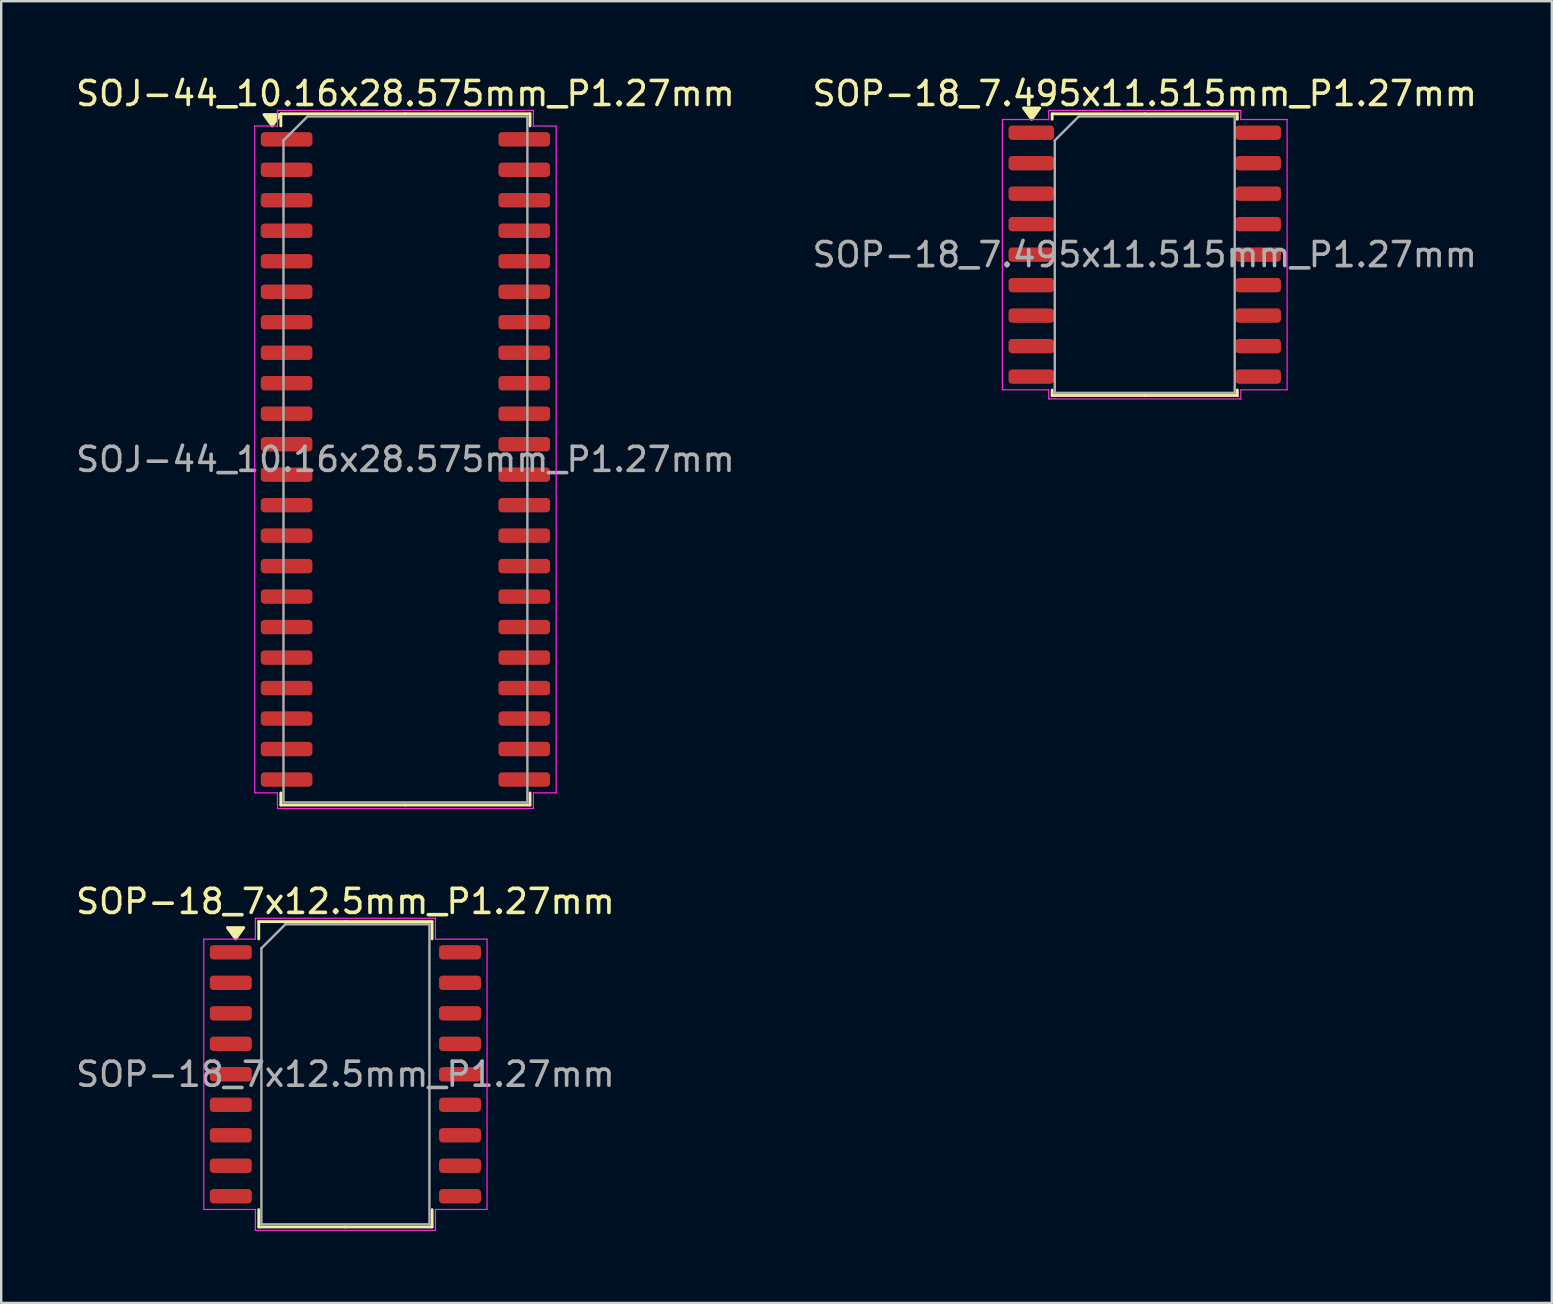
<source format=kicad_pcb>
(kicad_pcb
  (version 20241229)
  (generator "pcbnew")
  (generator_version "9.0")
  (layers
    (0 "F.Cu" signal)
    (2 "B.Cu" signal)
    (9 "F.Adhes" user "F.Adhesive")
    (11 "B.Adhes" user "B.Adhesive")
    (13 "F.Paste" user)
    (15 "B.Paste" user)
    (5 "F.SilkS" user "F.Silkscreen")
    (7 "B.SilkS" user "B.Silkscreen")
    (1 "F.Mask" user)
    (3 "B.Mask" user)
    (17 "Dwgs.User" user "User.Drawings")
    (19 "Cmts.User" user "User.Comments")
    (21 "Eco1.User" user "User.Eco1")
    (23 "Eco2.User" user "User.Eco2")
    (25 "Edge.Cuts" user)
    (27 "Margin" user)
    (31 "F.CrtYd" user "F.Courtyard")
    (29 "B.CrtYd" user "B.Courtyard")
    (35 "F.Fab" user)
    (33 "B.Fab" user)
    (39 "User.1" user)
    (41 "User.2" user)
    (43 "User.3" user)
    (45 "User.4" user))
  (footprint "SOP-18_7.495x11.515mm_P1.27mm"
    (layer "F.Cu")
    (at 44.637 7.558)
    (property "Reference" "SOP-18_7.495x11.515mm_P1.27mm" (at 0 -6.71 0) (layer "F.SilkS") (effects (font (size 1 1) (thickness 0.15))))
    (attr smd)
    (fp_line (start -3.857 -5.867) (end -3.857 -5.64) (stroke (width 0.12) (type solid)) (layer "F.SilkS"))
    (fp_line (start -3.857 5.867) (end -3.857 5.64) (stroke (width 0.12) (type solid)) (layer "F.SilkS"))
    (fp_line (start 0 -5.867) (end -3.857 -5.867) (stroke (width 0.12) (type solid)) (layer "F.SilkS"))
    (fp_line (start 0 -5.867) (end 3.857 -5.867) (stroke (width 0.12) (type solid)) (layer "F.SilkS"))
    (fp_line (start 0 5.867) (end -3.857 5.867) (stroke (width 0.12) (type solid)) (layer "F.SilkS"))
    (fp_line (start 0 5.867) (end 3.857 5.867) (stroke (width 0.12) (type solid)) (layer "F.SilkS"))
    (fp_line (start 3.857 -5.867) (end 3.857 -5.64) (stroke (width 0.12) (type solid)) (layer "F.SilkS"))
    (fp_line (start 3.857 5.867) (end 3.857 5.64) (stroke (width 0.12) (type solid)) (layer "F.SilkS"))
    (fp_poly (pts (xy -4.711 -5.64) (xy -5.051 -6.11) (xy -4.371 -6.11)) (stroke (width 0.12) (type solid)) (fill yes) (layer "F.SilkS"))
    (fp_line (start -5.93 -5.63) (end -4 -5.63) (stroke (width 0.05) (type solid)) (layer "F.CrtYd"))
    (fp_line (start -5.93 5.63) (end -5.93 -5.63) (stroke (width 0.05) (type solid)) (layer "F.CrtYd"))
    (fp_line (start -4 -6.01) (end 4 -6.01) (stroke (width 0.05) (type solid)) (layer "F.CrtYd"))
    (fp_line (start -4 -5.63) (end -4 -6.01) (stroke (width 0.05) (type solid)) (layer "F.CrtYd"))
    (fp_line (start -4 5.63) (end -5.93 5.63) (stroke (width 0.05) (type solid)) (layer "F.CrtYd"))
    (fp_line (start -4 6.01) (end -4 5.63) (stroke (width 0.05) (type solid)) (layer "F.CrtYd"))
    (fp_line (start 4 -6.01) (end 4 -5.63) (stroke (width 0.05) (type solid)) (layer "F.CrtYd"))
    (fp_line (start 4 -5.63) (end 5.93 -5.63) (stroke (width 0.05) (type solid)) (layer "F.CrtYd"))
    (fp_line (start 4 5.63) (end 4 6.01) (stroke (width 0.05) (type solid)) (layer "F.CrtYd"))
    (fp_line (start 4 6.01) (end -4 6.01) (stroke (width 0.05) (type solid)) (layer "F.CrtYd"))
    (fp_line (start 5.93 -5.63) (end 5.93 5.63) (stroke (width 0.05) (type solid)) (layer "F.CrtYd"))
    (fp_line (start 5.93 5.63) (end 4 5.63) (stroke (width 0.05) (type solid)) (layer "F.CrtYd"))
    (fp_line (start -3.748 -4.758) (end -2.748 -5.758) (stroke (width 0.1) (type solid)) (layer "F.Fab"))
    (fp_line (start -3.748 5.758) (end -3.748 -4.758) (stroke (width 0.1) (type solid)) (layer "F.Fab"))
    (fp_line (start -2.748 -5.758) (end 3.748 -5.758) (stroke (width 0.1) (type solid)) (layer "F.Fab"))
    (fp_line (start 3.748 -5.758) (end 3.748 5.758) (stroke (width 0.1) (type solid)) (layer "F.Fab"))
    (fp_line (start 3.748 5.758) (end -3.748 5.758) (stroke (width 0.1) (type solid)) (layer "F.Fab"))
    (fp_text user "${REFERENCE}" (at 0 0 0) (layer "F.Fab") (effects (font (size 1 1) (thickness 0.15))))
    (pad "1" smd roundrect (at -4.725 -5.08) (size 1.9 0.6) (layers "F.Cu" "F.Mask" "F.Paste") (roundrect_rratio 0.25))
    (pad "2" smd roundrect (at -4.725 -3.81) (size 1.9 0.6) (layers "F.Cu" "F.Mask" "F.Paste") (roundrect_rratio 0.25))
    (pad "3" smd roundrect (at -4.725 -2.54) (size 1.9 0.6) (layers "F.Cu" "F.Mask" "F.Paste") (roundrect_rratio 0.25))
    (pad "4" smd roundrect (at -4.725 -1.27) (size 1.9 0.6) (layers "F.Cu" "F.Mask" "F.Paste") (roundrect_rratio 0.25))
    (pad "5" smd roundrect (at -4.725 0) (size 1.9 0.6) (layers "F.Cu" "F.Mask" "F.Paste") (roundrect_rratio 0.25))
    (pad "6" smd roundrect (at -4.725 1.27) (size 1.9 0.6) (layers "F.Cu" "F.Mask" "F.Paste") (roundrect_rratio 0.25))
    (pad "7" smd roundrect (at -4.725 2.54) (size 1.9 0.6) (layers "F.Cu" "F.Mask" "F.Paste") (roundrect_rratio 0.25))
    (pad "8" smd roundrect (at -4.725 3.81) (size 1.9 0.6) (layers "F.Cu" "F.Mask" "F.Paste") (roundrect_rratio 0.25))
    (pad "9" smd roundrect (at -4.725 5.08) (size 1.9 0.6) (layers "F.Cu" "F.Mask" "F.Paste") (roundrect_rratio 0.25))
    (pad "10" smd roundrect (at 4.725 5.08) (size 1.9 0.6) (layers "F.Cu" "F.Mask" "F.Paste") (roundrect_rratio 0.25))
    (pad "11" smd roundrect (at 4.725 3.81) (size 1.9 0.6) (layers "F.Cu" "F.Mask" "F.Paste") (roundrect_rratio 0.25))
    (pad "12" smd roundrect (at 4.725 2.54) (size 1.9 0.6) (layers "F.Cu" "F.Mask" "F.Paste") (roundrect_rratio 0.25))
    (pad "13" smd roundrect (at 4.725 1.27) (size 1.9 0.6) (layers "F.Cu" "F.Mask" "F.Paste") (roundrect_rratio 0.25))
    (pad "14" smd roundrect (at 4.725 0) (size 1.9 0.6) (layers "F.Cu" "F.Mask" "F.Paste") (roundrect_rratio 0.25))
    (pad "15" smd roundrect (at 4.725 -1.27) (size 1.9 0.6) (layers "F.Cu" "F.Mask" "F.Paste") (roundrect_rratio 0.25))
    (pad "16" smd roundrect (at 4.725 -2.54) (size 1.9 0.6) (layers "F.Cu" "F.Mask" "F.Paste") (roundrect_rratio 0.25))
    (pad "17" smd roundrect (at 4.725 -3.81) (size 1.9 0.6) (layers "F.Cu" "F.Mask" "F.Paste") (roundrect_rratio 0.25))
    (pad "18" smd roundrect (at 4.725 -5.08) (size 1.9 0.6) (layers "F.Cu" "F.Mask" "F.Paste") (roundrect_rratio 0.25)))
  (footprint "SOJ-44_10.16x28.575mm_P1.27mm"
    (layer "F.Cu")
    (at 13.839 16.088)
    (property "Reference" "SOJ-44_10.16x28.575mm_P1.27mm" (at 0 -15.24 0) (layer "F.SilkS") (effects (font (size 1 1) (thickness 0.15))))
    (attr smd)
    (fp_line (start -5.19 -14.398) (end -5.19 -13.895) (stroke (width 0.12) (type solid)) (layer "F.SilkS"))
    (fp_line (start -5.19 14.398) (end -5.19 13.895) (stroke (width 0.12) (type solid)) (layer "F.SilkS"))
    (fp_line (start 0 -14.398) (end -5.19 -14.398) (stroke (width 0.12) (type solid)) (layer "F.SilkS"))
    (fp_line (start 0 -14.398) (end 5.19 -14.398) (stroke (width 0.12) (type solid)) (layer "F.SilkS"))
    (fp_line (start 0 14.398) (end -5.19 14.398) (stroke (width 0.12) (type solid)) (layer "F.SilkS"))
    (fp_line (start 0 14.398) (end 5.19 14.398) (stroke (width 0.12) (type solid)) (layer "F.SilkS"))
    (fp_line (start 5.19 -14.398) (end 5.19 -13.895) (stroke (width 0.12) (type solid)) (layer "F.SilkS"))
    (fp_line (start 5.19 14.398) (end 5.19 13.895) (stroke (width 0.12) (type solid)) (layer "F.SilkS"))
    (fp_poly (pts (xy -5.553 -13.895) (xy -5.893 -14.365) (xy -5.213 -14.365)) (stroke (width 0.12) (type solid)) (fill yes) (layer "F.SilkS"))
    (fp_line (start -6.28 -13.89) (end -5.33 -13.89) (stroke (width 0.05) (type solid)) (layer "F.CrtYd"))
    (fp_line (start -6.28 13.89) (end -6.28 -13.89) (stroke (width 0.05) (type solid)) (layer "F.CrtYd"))
    (fp_line (start -5.33 -14.54) (end 5.33 -14.54) (stroke (width 0.05) (type solid)) (layer "F.CrtYd"))
    (fp_line (start -5.33 -13.89) (end -5.33 -14.54) (stroke (width 0.05) (type solid)) (layer "F.CrtYd"))
    (fp_line (start -5.33 13.89) (end -6.28 13.89) (stroke (width 0.05) (type solid)) (layer "F.CrtYd"))
    (fp_line (start -5.33 14.54) (end -5.33 13.89) (stroke (width 0.05) (type solid)) (layer "F.CrtYd"))
    (fp_line (start 5.33 -14.54) (end 5.33 -13.89) (stroke (width 0.05) (type solid)) (layer "F.CrtYd"))
    (fp_line (start 5.33 -13.89) (end 6.28 -13.89) (stroke (width 0.05) (type solid)) (layer "F.CrtYd"))
    (fp_line (start 5.33 13.89) (end 5.33 14.54) (stroke (width 0.05) (type solid)) (layer "F.CrtYd"))
    (fp_line (start 5.33 14.54) (end -5.33 14.54) (stroke (width 0.05) (type solid)) (layer "F.CrtYd"))
    (fp_line (start 6.28 -13.89) (end 6.28 13.89) (stroke (width 0.05) (type solid)) (layer "F.CrtYd"))
    (fp_line (start 6.28 13.89) (end 5.33 13.89) (stroke (width 0.05) (type solid)) (layer "F.CrtYd"))
    (fp_line (start -5.08 -13.287) (end -4.08 -14.287) (stroke (width 0.1) (type solid)) (layer "F.Fab"))
    (fp_line (start -5.08 14.287) (end -5.08 -13.287) (stroke (width 0.1) (type solid)) (layer "F.Fab"))
    (fp_line (start -4.08 -14.287) (end 5.08 -14.287) (stroke (width 0.1) (type solid)) (layer "F.Fab"))
    (fp_line (start 5.08 -14.287) (end 5.08 14.287) (stroke (width 0.1) (type solid)) (layer "F.Fab"))
    (fp_line (start 5.08 14.287) (end -5.08 14.287) (stroke (width 0.1) (type solid)) (layer "F.Fab"))
    (fp_text user "${REFERENCE}" (at 0 0 0) (layer "F.Fab") (effects (font (size 1 1) (thickness 0.15))))
    (pad "1" smd roundrect (at -4.95 -13.335) (size 2.15 0.6) (layers "F.Cu" "F.Mask" "F.Paste") (roundrect_rratio 0.25))
    (pad "2" smd roundrect (at -4.95 -12.065) (size 2.15 0.6) (layers "F.Cu" "F.Mask" "F.Paste") (roundrect_rratio 0.25))
    (pad "3" smd roundrect (at -4.95 -10.795) (size 2.15 0.6) (layers "F.Cu" "F.Mask" "F.Paste") (roundrect_rratio 0.25))
    (pad "4" smd roundrect (at -4.95 -9.525) (size 2.15 0.6) (layers "F.Cu" "F.Mask" "F.Paste") (roundrect_rratio 0.25))
    (pad "5" smd roundrect (at -4.95 -8.255) (size 2.15 0.6) (layers "F.Cu" "F.Mask" "F.Paste") (roundrect_rratio 0.25))
    (pad "6" smd roundrect (at -4.95 -6.985) (size 2.15 0.6) (layers "F.Cu" "F.Mask" "F.Paste") (roundrect_rratio 0.25))
    (pad "7" smd roundrect (at -4.95 -5.715) (size 2.15 0.6) (layers "F.Cu" "F.Mask" "F.Paste") (roundrect_rratio 0.25))
    (pad "8" smd roundrect (at -4.95 -4.445) (size 2.15 0.6) (layers "F.Cu" "F.Mask" "F.Paste") (roundrect_rratio 0.25))
    (pad "9" smd roundrect (at -4.95 -3.175) (size 2.15 0.6) (layers "F.Cu" "F.Mask" "F.Paste") (roundrect_rratio 0.25))
    (pad "10" smd roundrect (at -4.95 -1.905) (size 2.15 0.6) (layers "F.Cu" "F.Mask" "F.Paste") (roundrect_rratio 0.25))
    (pad "11" smd roundrect (at -4.95 -0.635) (size 2.15 0.6) (layers "F.Cu" "F.Mask" "F.Paste") (roundrect_rratio 0.25))
    (pad "12" smd roundrect (at -4.95 0.635) (size 2.15 0.6) (layers "F.Cu" "F.Mask" "F.Paste") (roundrect_rratio 0.25))
    (pad "13" smd roundrect (at -4.95 1.905) (size 2.15 0.6) (layers "F.Cu" "F.Mask" "F.Paste") (roundrect_rratio 0.25))
    (pad "14" smd roundrect (at -4.95 3.175) (size 2.15 0.6) (layers "F.Cu" "F.Mask" "F.Paste") (roundrect_rratio 0.25))
    (pad "15" smd roundrect (at -4.95 4.445) (size 2.15 0.6) (layers "F.Cu" "F.Mask" "F.Paste") (roundrect_rratio 0.25))
    (pad "16" smd roundrect (at -4.95 5.715) (size 2.15 0.6) (layers "F.Cu" "F.Mask" "F.Paste") (roundrect_rratio 0.25))
    (pad "17" smd roundrect (at -4.95 6.985) (size 2.15 0.6) (layers "F.Cu" "F.Mask" "F.Paste") (roundrect_rratio 0.25))
    (pad "18" smd roundrect (at -4.95 8.255) (size 2.15 0.6) (layers "F.Cu" "F.Mask" "F.Paste") (roundrect_rratio 0.25))
    (pad "19" smd roundrect (at -4.95 9.525) (size 2.15 0.6) (layers "F.Cu" "F.Mask" "F.Paste") (roundrect_rratio 0.25))
    (pad "20" smd roundrect (at -4.95 10.795) (size 2.15 0.6) (layers "F.Cu" "F.Mask" "F.Paste") (roundrect_rratio 0.25))
    (pad "21" smd roundrect (at -4.95 12.065) (size 2.15 0.6) (layers "F.Cu" "F.Mask" "F.Paste") (roundrect_rratio 0.25))
    (pad "22" smd roundrect (at -4.95 13.335) (size 2.15 0.6) (layers "F.Cu" "F.Mask" "F.Paste") (roundrect_rratio 0.25))
    (pad "23" smd roundrect (at 4.95 13.335) (size 2.15 0.6) (layers "F.Cu" "F.Mask" "F.Paste") (roundrect_rratio 0.25))
    (pad "24" smd roundrect (at 4.95 12.065) (size 2.15 0.6) (layers "F.Cu" "F.Mask" "F.Paste") (roundrect_rratio 0.25))
    (pad "25" smd roundrect (at 4.95 10.795) (size 2.15 0.6) (layers "F.Cu" "F.Mask" "F.Paste") (roundrect_rratio 0.25))
    (pad "26" smd roundrect (at 4.95 9.525) (size 2.15 0.6) (layers "F.Cu" "F.Mask" "F.Paste") (roundrect_rratio 0.25))
    (pad "27" smd roundrect (at 4.95 8.255) (size 2.15 0.6) (layers "F.Cu" "F.Mask" "F.Paste") (roundrect_rratio 0.25))
    (pad "28" smd roundrect (at 4.95 6.985) (size 2.15 0.6) (layers "F.Cu" "F.Mask" "F.Paste") (roundrect_rratio 0.25))
    (pad "29" smd roundrect (at 4.95 5.715) (size 2.15 0.6) (layers "F.Cu" "F.Mask" "F.Paste") (roundrect_rratio 0.25))
    (pad "30" smd roundrect (at 4.95 4.445) (size 2.15 0.6) (layers "F.Cu" "F.Mask" "F.Paste") (roundrect_rratio 0.25))
    (pad "31" smd roundrect (at 4.95 3.175) (size 2.15 0.6) (layers "F.Cu" "F.Mask" "F.Paste") (roundrect_rratio 0.25))
    (pad "32" smd roundrect (at 4.95 1.905) (size 2.15 0.6) (layers "F.Cu" "F.Mask" "F.Paste") (roundrect_rratio 0.25))
    (pad "33" smd roundrect (at 4.95 0.635) (size 2.15 0.6) (layers "F.Cu" "F.Mask" "F.Paste") (roundrect_rratio 0.25))
    (pad "34" smd roundrect (at 4.95 -0.635) (size 2.15 0.6) (layers "F.Cu" "F.Mask" "F.Paste") (roundrect_rratio 0.25))
    (pad "35" smd roundrect (at 4.95 -1.905) (size 2.15 0.6) (layers "F.Cu" "F.Mask" "F.Paste") (roundrect_rratio 0.25))
    (pad "36" smd roundrect (at 4.95 -3.175) (size 2.15 0.6) (layers "F.Cu" "F.Mask" "F.Paste") (roundrect_rratio 0.25))
    (pad "37" smd roundrect (at 4.95 -4.445) (size 2.15 0.6) (layers "F.Cu" "F.Mask" "F.Paste") (roundrect_rratio 0.25))
    (pad "38" smd roundrect (at 4.95 -5.715) (size 2.15 0.6) (layers "F.Cu" "F.Mask" "F.Paste") (roundrect_rratio 0.25))
    (pad "39" smd roundrect (at 4.95 -6.985) (size 2.15 0.6) (layers "F.Cu" "F.Mask" "F.Paste") (roundrect_rratio 0.25))
    (pad "40" smd roundrect (at 4.95 -8.255) (size 2.15 0.6) (layers "F.Cu" "F.Mask" "F.Paste") (roundrect_rratio 0.25))
    (pad "41" smd roundrect (at 4.95 -9.525) (size 2.15 0.6) (layers "F.Cu" "F.Mask" "F.Paste") (roundrect_rratio 0.25))
    (pad "42" smd roundrect (at 4.95 -10.795) (size 2.15 0.6) (layers "F.Cu" "F.Mask" "F.Paste") (roundrect_rratio 0.25))
    (pad "43" smd roundrect (at 4.95 -12.065) (size 2.15 0.6) (layers "F.Cu" "F.Mask" "F.Paste") (roundrect_rratio 0.25))
    (pad "44" smd roundrect (at 4.95 -13.335) (size 2.15 0.6) (layers "F.Cu" "F.Mask" "F.Paste") (roundrect_rratio 0.25)))
  (footprint "SOP-18_7x12.5mm_P1.27mm"
    (layer "F.Cu")
    (at 11.339 41.702)
    (property "Reference" "SOP-18_7x12.5mm_P1.27mm" (at 0 -7.2 0) (layer "F.SilkS") (effects (font (size 1 1) (thickness 0.15))))
    (attr smd)
    (fp_line (start -3.61 -6.36) (end -3.61 -5.64) (stroke (width 0.12) (type solid)) (layer "F.SilkS"))
    (fp_line (start -3.61 6.36) (end -3.61 5.64) (stroke (width 0.12) (type solid)) (layer "F.SilkS"))
    (fp_line (start 0 -6.36) (end -3.61 -6.36) (stroke (width 0.12) (type solid)) (layer "F.SilkS"))
    (fp_line (start 0 -6.36) (end 3.61 -6.36) (stroke (width 0.12) (type solid)) (layer "F.SilkS"))
    (fp_line (start 0 6.36) (end -3.61 6.36) (stroke (width 0.12) (type solid)) (layer "F.SilkS"))
    (fp_line (start 0 6.36) (end 3.61 6.36) (stroke (width 0.12) (type solid)) (layer "F.SilkS"))
    (fp_line (start 3.61 -6.36) (end 3.61 -5.64) (stroke (width 0.12) (type solid)) (layer "F.SilkS"))
    (fp_line (start 3.61 6.36) (end 3.61 5.64) (stroke (width 0.12) (type solid)) (layer "F.SilkS"))
    (fp_poly (pts (xy -4.575 -5.64) (xy -4.915 -6.11) (xy -4.235 -6.11)) (stroke (width 0.12) (type solid)) (fill yes) (layer "F.SilkS"))
    (fp_line (start -5.9 -5.63) (end -3.75 -5.63) (stroke (width 0.05) (type solid)) (layer "F.CrtYd"))
    (fp_line (start -5.9 5.63) (end -5.9 -5.63) (stroke (width 0.05) (type solid)) (layer "F.CrtYd"))
    (fp_line (start -3.75 -6.5) (end 3.75 -6.5) (stroke (width 0.05) (type solid)) (layer "F.CrtYd"))
    (fp_line (start -3.75 -5.63) (end -3.75 -6.5) (stroke (width 0.05) (type solid)) (layer "F.CrtYd"))
    (fp_line (start -3.75 5.63) (end -5.9 5.63) (stroke (width 0.05) (type solid)) (layer "F.CrtYd"))
    (fp_line (start -3.75 6.5) (end -3.75 5.63) (stroke (width 0.05) (type solid)) (layer "F.CrtYd"))
    (fp_line (start 3.75 -6.5) (end 3.75 -5.63) (stroke (width 0.05) (type solid)) (layer "F.CrtYd"))
    (fp_line (start 3.75 -5.63) (end 5.9 -5.63) (stroke (width 0.05) (type solid)) (layer "F.CrtYd"))
    (fp_line (start 3.75 5.63) (end 3.75 6.5) (stroke (width 0.05) (type solid)) (layer "F.CrtYd"))
    (fp_line (start 3.75 6.5) (end -3.75 6.5) (stroke (width 0.05) (type solid)) (layer "F.CrtYd"))
    (fp_line (start 5.9 -5.63) (end 5.9 5.63) (stroke (width 0.05) (type solid)) (layer "F.CrtYd"))
    (fp_line (start 5.9 5.63) (end 3.75 5.63) (stroke (width 0.05) (type solid)) (layer "F.CrtYd"))
    (fp_line (start -3.5 -5.25) (end -2.5 -6.25) (stroke (width 0.1) (type solid)) (layer "F.Fab"))
    (fp_line (start -3.5 6.25) (end -3.5 -5.25) (stroke (width 0.1) (type solid)) (layer "F.Fab"))
    (fp_line (start -2.5 -6.25) (end 3.5 -6.25) (stroke (width 0.1) (type solid)) (layer "F.Fab"))
    (fp_line (start 3.5 -6.25) (end 3.5 6.25) (stroke (width 0.1) (type solid)) (layer "F.Fab"))
    (fp_line (start 3.5 6.25) (end -3.5 6.25) (stroke (width 0.1) (type solid)) (layer "F.Fab"))
    (fp_text user "${REFERENCE}" (at 0 0 0) (layer "F.Fab") (effects (font (size 1 1) (thickness 0.15))))
    (pad "1" smd roundrect (at -4.775 -5.08) (size 1.75 0.6) (layers "F.Cu" "F.Mask" "F.Paste") (roundrect_rratio 0.25))
    (pad "2" smd roundrect (at -4.775 -3.81) (size 1.75 0.6) (layers "F.Cu" "F.Mask" "F.Paste") (roundrect_rratio 0.25))
    (pad "3" smd roundrect (at -4.775 -2.54) (size 1.75 0.6) (layers "F.Cu" "F.Mask" "F.Paste") (roundrect_rratio 0.25))
    (pad "4" smd roundrect (at -4.775 -1.27) (size 1.75 0.6) (layers "F.Cu" "F.Mask" "F.Paste") (roundrect_rratio 0.25))
    (pad "5" smd roundrect (at -4.775 0) (size 1.75 0.6) (layers "F.Cu" "F.Mask" "F.Paste") (roundrect_rratio 0.25))
    (pad "6" smd roundrect (at -4.775 1.27) (size 1.75 0.6) (layers "F.Cu" "F.Mask" "F.Paste") (roundrect_rratio 0.25))
    (pad "7" smd roundrect (at -4.775 2.54) (size 1.75 0.6) (layers "F.Cu" "F.Mask" "F.Paste") (roundrect_rratio 0.25))
    (pad "8" smd roundrect (at -4.775 3.81) (size 1.75 0.6) (layers "F.Cu" "F.Mask" "F.Paste") (roundrect_rratio 0.25))
    (pad "9" smd roundrect (at -4.775 5.08) (size 1.75 0.6) (layers "F.Cu" "F.Mask" "F.Paste") (roundrect_rratio 0.25))
    (pad "10" smd roundrect (at 4.775 5.08) (size 1.75 0.6) (layers "F.Cu" "F.Mask" "F.Paste") (roundrect_rratio 0.25))
    (pad "11" smd roundrect (at 4.775 3.81) (size 1.75 0.6) (layers "F.Cu" "F.Mask" "F.Paste") (roundrect_rratio 0.25))
    (pad "12" smd roundrect (at 4.775 2.54) (size 1.75 0.6) (layers "F.Cu" "F.Mask" "F.Paste") (roundrect_rratio 0.25))
    (pad "13" smd roundrect (at 4.775 1.27) (size 1.75 0.6) (layers "F.Cu" "F.Mask" "F.Paste") (roundrect_rratio 0.25))
    (pad "14" smd roundrect (at 4.775 0) (size 1.75 0.6) (layers "F.Cu" "F.Mask" "F.Paste") (roundrect_rratio 0.25))
    (pad "15" smd roundrect (at 4.775 -1.27) (size 1.75 0.6) (layers "F.Cu" "F.Mask" "F.Paste") (roundrect_rratio 0.25))
    (pad "16" smd roundrect (at 4.775 -2.54) (size 1.75 0.6) (layers "F.Cu" "F.Mask" "F.Paste") (roundrect_rratio 0.25))
    (pad "17" smd roundrect (at 4.775 -3.81) (size 1.75 0.6) (layers "F.Cu" "F.Mask" "F.Paste") (roundrect_rratio 0.25))
    (pad "18" smd roundrect (at 4.775 -5.08) (size 1.75 0.6) (layers "F.Cu" "F.Mask" "F.Paste") (roundrect_rratio 0.25)))
  (gr_rect
    (start -3 -3)
    (end 61.595 51.227)
    (stroke (width 0.1) (type default))
    (fill no)
    (layer "Edge.Cuts")))
</source>
